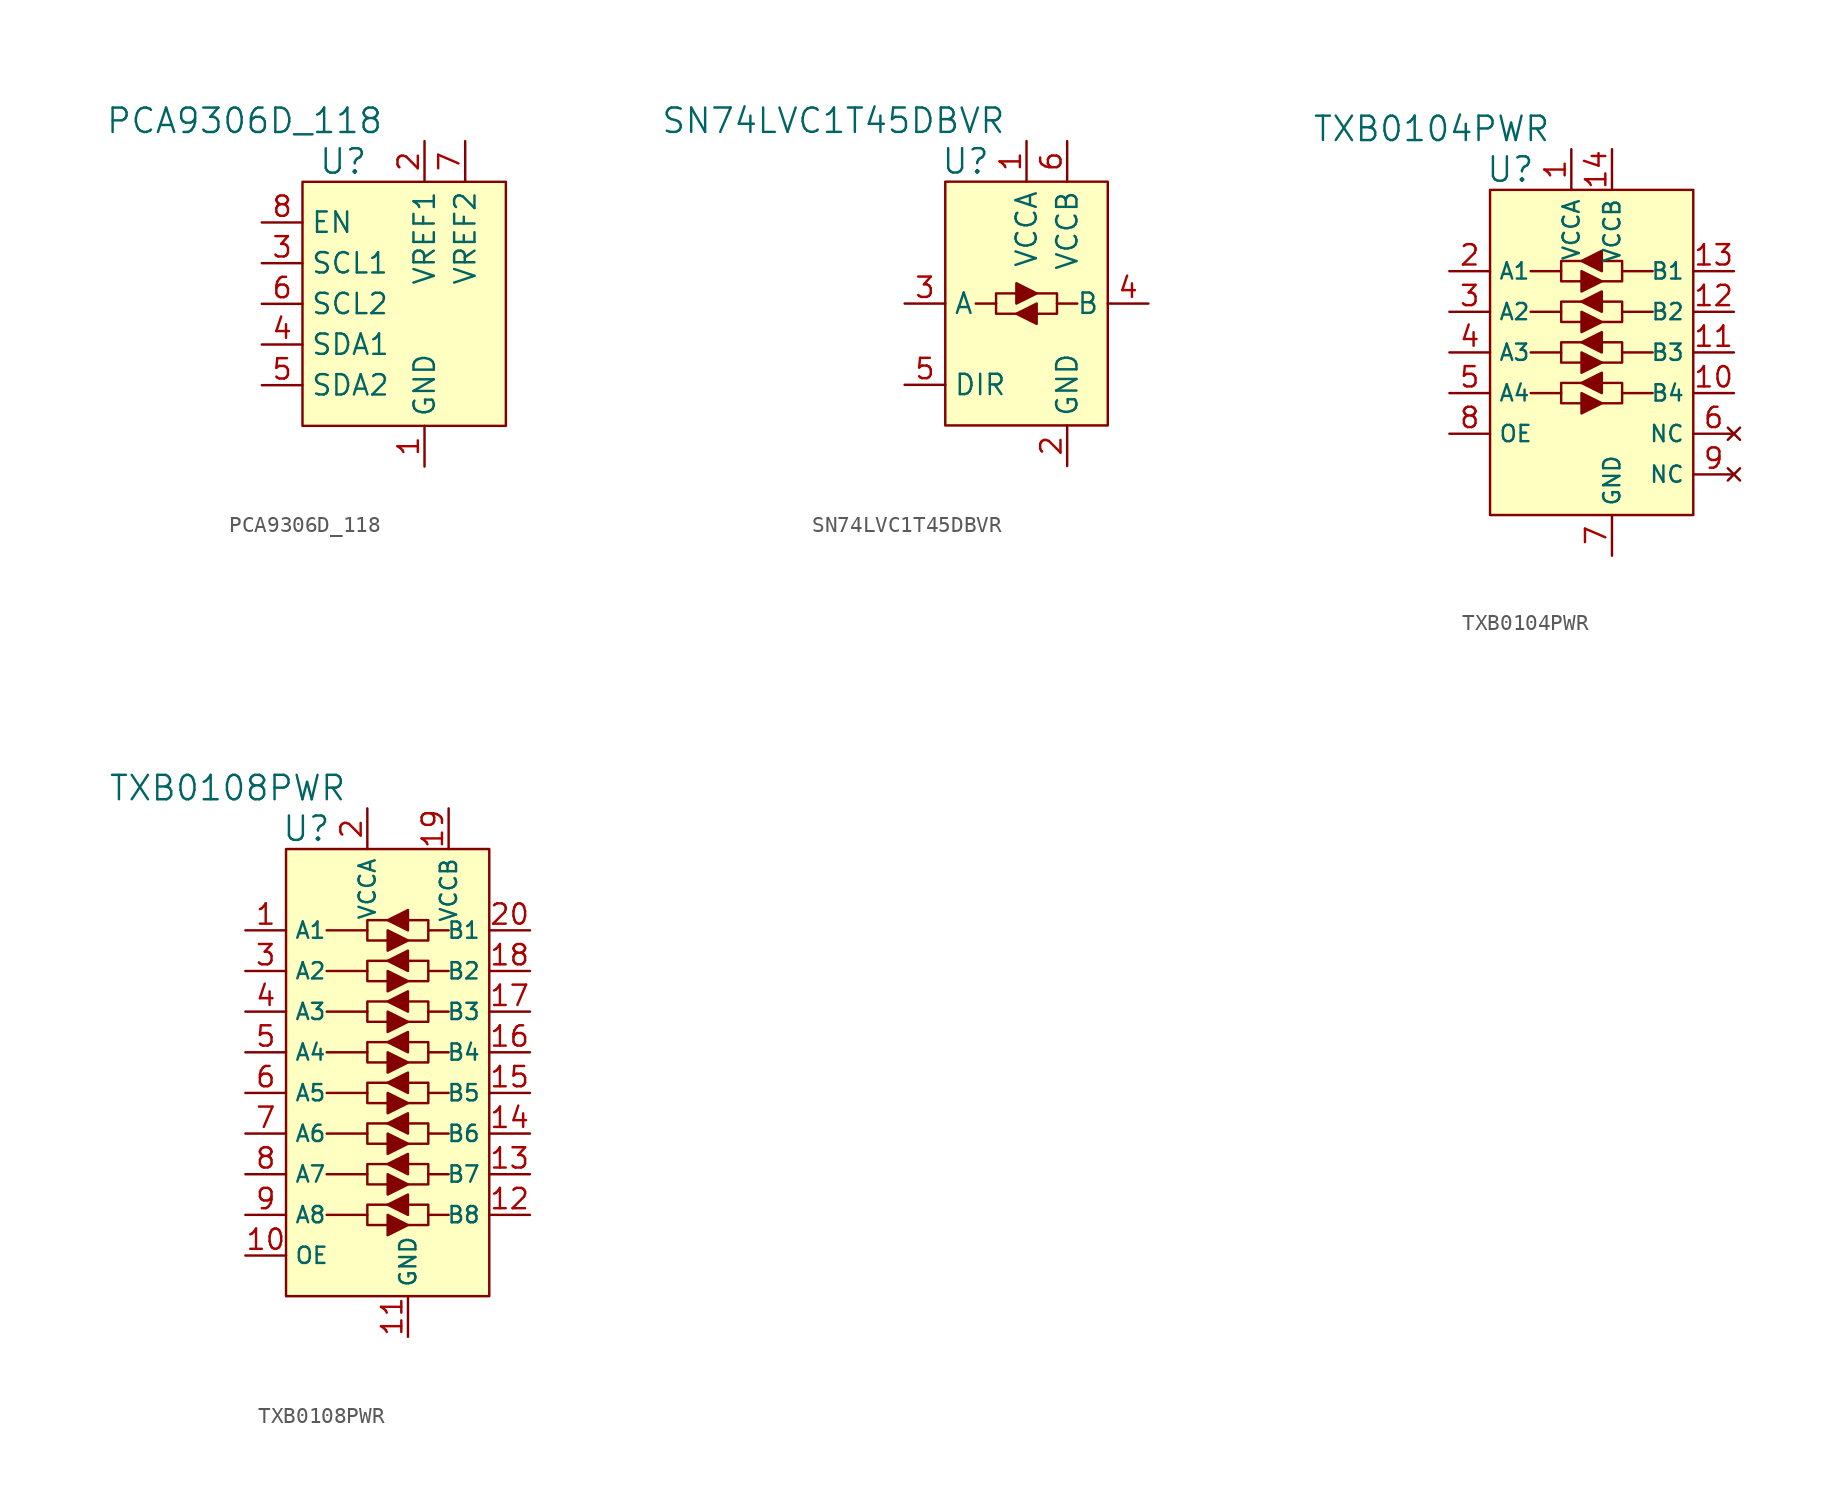
<source format=kicad_sym>
(kicad_symbol_lib
  (version 20201005)
  (generator kicad_symbol_editor)
  (symbol "PCA9306D_118"
    (property "Reference" "U"
      (at -5.08 11.43 0)
      (effects (font (size 1.524 1.524))))
    (property "Value" "PCA9306D_118"
      (at -2.54 13.97 0)
      (effects (font (size 1.524 1.524)) (justify right)))
    (symbol "PCA9306D_118_0_1"
      (rectangle (start -7.62 10.16) (end 5.08 -5.08) (stroke (width 0)) (fill (type background))))
    (symbol "PCA9306D_118_1_1"
      (pin power_in line (at 0 -7.62 90) (length 2.54) (name "GND" (effects (font (size 1.27 1.27)))) (number "1" (effects (font (size 1.27 1.27)))))
      (pin power_in line (at 0 12.7 270) (length 2.54) (name "VREF1" (effects (font (size 1.27 1.27)))) (number "2" (effects (font (size 1.27 1.27)))))
      (pin input line (at -10.16 5.08 0) (length 2.54) (name "SCL1" (effects (font (size 1.27 1.27)))) (number "3" (effects (font (size 1.27 1.27)))))
      (pin bidirectional line (at -10.16 0 0) (length 2.54) (name "SDA1" (effects (font (size 1.27 1.27)))) (number "4" (effects (font (size 1.27 1.27)))))
      (pin bidirectional line (at -10.16 -2.54 0) (length 2.54) (name "SDA2" (effects (font (size 1.27 1.27)))) (number "5" (effects (font (size 1.27 1.27)))))
      (pin input line (at -10.16 2.54 0) (length 2.54) (name "SCL2" (effects (font (size 1.27 1.27)))) (number "6" (effects (font (size 1.27 1.27)))))
      (pin power_in line (at 2.54 12.7 270) (length 2.54) (name "VREF2" (effects (font (size 1.27 1.27)))) (number "7" (effects (font (size 1.27 1.27)))))
      (pin input line (at -10.16 7.62 0) (length 2.54) (name "EN" (effects (font (size 1.27 1.27)))) (number "8" (effects (font (size 1.27 1.27)))))))
  (symbol "SN74LVC1T45DBVR"
    (property "Reference" "U"
      (at -3.81 8.89 0)
      (effects (font (size 1.524 1.524))))
    (property "Value" "SN74LVC1T45DBVR"
      (at -1.27 11.43 0)
      (effects (font (size 1.524 1.524)) (justify right)))
    (symbol "SN74LVC1T45DBVR_0_1"
      (rectangle (start -5.08 7.62) (end 5.08 -7.62) (stroke (width 0)) (fill (type background)))
      (polyline (pts (xy -3.175 0) (xy -1.905 0)) (stroke (width 0)) (fill (type none)))
      (polyline (pts (xy 3.175 0) (xy 1.905 0)) (stroke (width 0)) (fill (type none)))
      (polyline (pts (xy -1.905 0) (xy -1.905 -0.635) (xy -0.508 -0.635)) (stroke (width 0)) (fill (type none)))
      (polyline (pts (xy -1.905 0) (xy -1.905 0.635) (xy -0.635 0.635)) (stroke (width 0)) (fill (type none)))
      (polyline (pts (xy 1.905 0) (xy 1.905 -0.635) (xy 0.635 -0.635)) (stroke (width 0)) (fill (type none)))
      (polyline (pts (xy 1.905 0) (xy 1.905 0.635) (xy 0.635 0.635)) (stroke (width 0)) (fill (type none)))
      (polyline (pts (xy -0.635 1.27) (xy -0.635 0) (xy 0.635 0.635) (xy -0.635 1.27)) (stroke (width 0)) (fill (type outline)))
      (polyline (pts (xy 0.635 0) (xy 0.635 -1.27) (xy -0.635 -0.635) (xy 0.635 0)) (stroke (width 0)) (fill (type outline))))
    (symbol "SN74LVC1T45DBVR_1_1"
      (pin power_in line (at 0 10.16 270) (length 2.54) (name "VCCA" (effects (font (size 1.27 1.27)))) (number "1" (effects (font (size 1.27 1.27)))))
      (pin power_in line (at 2.54 -10.16 90) (length 2.54) (name "GND" (effects (font (size 1.27 1.27)))) (number "2" (effects (font (size 1.27 1.27)))))
      (pin bidirectional line (at -7.62 0 0) (length 2.54) (name "A" (effects (font (size 1.27 1.27)))) (number "3" (effects (font (size 1.27 1.27)))))
      (pin bidirectional line (at 7.62 0 180) (length 2.54) (name "B" (effects (font (size 1.27 1.27)))) (number "4" (effects (font (size 1.27 1.27)))))
      (pin input line (at -7.62 -5.08 0) (length 2.54) (name "DIR" (effects (font (size 1.27 1.27)))) (number "5" (effects (font (size 1.27 1.27)))))
      (pin power_in line (at 2.54 10.16 270) (length 2.54) (name "VCCB" (effects (font (size 1.27 1.27)))) (number "6" (effects (font (size 1.27 1.27)))))))
  (symbol "TXB0104PWR"
    (property "Reference" "U"
      (at -6.35 11.43 0)
      (effects (font (size 1.524 1.524))))
    (property "Value" "TXB0104PWR"
      (at -3.81 13.97 0)
      (effects (font (size 1.524 1.524)) (justify right)))
    (symbol "TXB0104PWR_0_1"
      (rectangle (start -7.62 10.16) (end 5.08 -10.16) (stroke (width 0)) (fill (type background)))
      (polyline (pts (xy -5.08 -2.54) (xy -3.175 -2.54)) (stroke (width 0)) (fill (type none)))
      (polyline (pts (xy -5.08 2.54) (xy -3.175 2.54)) (stroke (width 0)) (fill (type none)))
      (polyline (pts (xy -3.175 0) (xy -5.08 0)) (stroke (width 0)) (fill (type none)))
      (polyline (pts (xy -3.175 5.08) (xy -5.08 5.08)) (stroke (width 0)) (fill (type none)))
      (polyline (pts (xy 0.635 -2.54) (xy 2.54 -2.54)) (stroke (width 0)) (fill (type none)))
      (polyline (pts (xy 0.635 5.08) (xy 2.54 5.08)) (stroke (width 0)) (fill (type none)))
      (polyline (pts (xy 2.54 0) (xy 0.635 0)) (stroke (width 0)) (fill (type none)))
      (polyline (pts (xy 2.54 2.54) (xy 0.635 2.54)) (stroke (width 0)) (fill (type none)))
      (polyline (pts (xy -1.905 -2.54) (xy -1.905 -3.81) (xy -0.635 -3.175) (xy -1.905 -2.54)) (stroke (width 0)) (fill (type outline)))
      (polyline (pts (xy -1.905 -1.905) (xy -3.175 -1.905) (xy -3.175 -3.175) (xy -1.905 -3.175)) (stroke (width 0)) (fill (type none)))
      (polyline (pts (xy -1.905 -1.905) (xy -0.635 -1.27) (xy -0.635 -2.54) (xy -1.905 -1.905)) (stroke (width 0)) (fill (type outline)))
      (polyline (pts (xy -1.905 0) (xy -1.905 -1.27) (xy -0.635 -0.635) (xy -1.905 0)) (stroke (width 0)) (fill (type outline)))
      (polyline (pts (xy -1.905 0.635) (xy -3.175 0.635) (xy -3.175 -0.635) (xy -1.905 -0.635)) (stroke (width 0)) (fill (type none)))
      (polyline (pts (xy -1.905 0.635) (xy -0.635 1.27) (xy -0.635 0) (xy -1.905 0.635)) (stroke (width 0)) (fill (type outline)))
      (polyline (pts (xy -1.905 2.54) (xy -1.905 1.27) (xy -0.635 1.905) (xy -1.905 2.54)) (stroke (width 0)) (fill (type outline)))
      (polyline (pts (xy -1.905 3.175) (xy -3.175 3.175) (xy -3.175 1.905) (xy -1.905 1.905)) (stroke (width 0)) (fill (type none)))
      (polyline (pts (xy -1.905 3.175) (xy -0.635 3.81) (xy -0.635 2.54) (xy -1.905 3.175)) (stroke (width 0)) (fill (type outline)))
      (polyline (pts (xy -1.905 5.08) (xy -1.905 3.81) (xy -0.635 4.445) (xy -1.905 5.08)) (stroke (width 0)) (fill (type outline)))
      (polyline (pts (xy -1.905 5.715) (xy -3.175 5.715) (xy -3.175 4.445) (xy -1.905 4.445)) (stroke (width 0)) (fill (type none)))
      (polyline (pts (xy -1.905 5.715) (xy -0.635 6.35) (xy -0.635 5.08) (xy -1.905 5.715)) (stroke (width 0)) (fill (type outline)))
      (polyline (pts (xy -0.635 -1.905) (xy 0.635 -1.905) (xy 0.635 -3.175) (xy -0.635 -3.175)) (stroke (width 0)) (fill (type none)))
      (polyline (pts (xy -0.635 0.635) (xy 0.635 0.635) (xy 0.635 -0.635) (xy -0.635 -0.635)) (stroke (width 0)) (fill (type none)))
      (polyline (pts (xy -0.635 3.175) (xy 0.635 3.175) (xy 0.635 1.905) (xy -0.635 1.905)) (stroke (width 0)) (fill (type none)))
      (polyline (pts (xy -0.635 5.715) (xy 0.635 5.715) (xy 0.635 4.445) (xy -0.635 4.445)) (stroke (width 0)) (fill (type none))))
    (symbol "TXB0104PWR_1_1"
      (pin power_in line (at -2.54 12.7 270) (length 2.54) (name "VCCA" (effects (font (size 1.016 1.016)))) (number "1" (effects (font (size 1.27 1.27)))))
      (pin bidirectional line (at -10.16 5.08 0) (length 2.54) (name "A1" (effects (font (size 1.016 1.016)))) (number "2" (effects (font (size 1.27 1.27)))))
      (pin bidirectional line (at -10.16 2.54 0) (length 2.54) (name "A2" (effects (font (size 1.016 1.016)))) (number "3" (effects (font (size 1.27 1.27)))))
      (pin bidirectional line (at -10.16 0 0) (length 2.54) (name "A3" (effects (font (size 1.016 1.016)))) (number "4" (effects (font (size 1.27 1.27)))))
      (pin bidirectional line (at -10.16 -2.54 0) (length 2.54) (name "A4" (effects (font (size 1.016 1.016)))) (number "5" (effects (font (size 1.27 1.27)))))
      (pin no_connect line (at 7.62 -5.08 180) (length 2.54) (name "NC" (effects (font (size 1.016 1.016)))) (number "6" (effects (font (size 1.27 1.27)))))
      (pin power_in line (at 0 -12.7 90) (length 2.54) (name "GND" (effects (font (size 1.016 1.016)))) (number "7" (effects (font (size 1.27 1.27)))))
      (pin tri_state line (at -10.16 -5.08 0) (length 2.54) (name "OE" (effects (font (size 1.016 1.016)))) (number "8" (effects (font (size 1.27 1.27)))))
      (pin no_connect line (at 7.62 -7.62 180) (length 2.54) (name "NC" (effects (font (size 1.016 1.016)))) (number "9" (effects (font (size 1.27 1.27)))))
      (pin bidirectional line (at 7.62 -2.54 180) (length 2.54) (name "B4" (effects (font (size 1.016 1.016)))) (number "10" (effects (font (size 1.27 1.27)))))
      (pin bidirectional line (at 7.62 0 180) (length 2.54) (name "B3" (effects (font (size 1.016 1.016)))) (number "11" (effects (font (size 1.27 1.27)))))
      (pin bidirectional line (at 7.62 2.54 180) (length 2.54) (name "B2" (effects (font (size 1.016 1.016)))) (number "12" (effects (font (size 1.27 1.27)))))
      (pin bidirectional line (at 7.62 5.08 180) (length 2.54) (name "B1" (effects (font (size 1.016 1.016)))) (number "13" (effects (font (size 1.27 1.27)))))
      (pin power_in line (at 0 12.7 270) (length 2.54) (name "VCCB" (effects (font (size 1.016 1.016)))) (number "14" (effects (font (size 1.27 1.27)))))))
  (symbol "TXB0108PWR"
    (property "Reference" "U"
      (at -6.35 13.97 0)
      (effects (font (size 1.524 1.524))))
    (property "Value" "TXB0108PWR"
      (at -3.81 16.51 0)
      (effects (font (size 1.524 1.524)) (justify right)))
    (symbol "TXB0108PWR_0_1"
      (rectangle (start -7.62 12.7) (end 5.08 -15.24) (stroke (width 0)) (fill (type background)))
      (polyline (pts (xy -5.08 -10.16) (xy -2.54 -10.16)) (stroke (width 0)) (fill (type none)))
      (polyline (pts (xy -5.08 -5.08) (xy -2.54 -5.08)) (stroke (width 0)) (fill (type none)))
      (polyline (pts (xy -5.08 0) (xy -2.54 0)) (stroke (width 0)) (fill (type none)))
      (polyline (pts (xy -5.08 7.62) (xy -2.54 7.62)) (stroke (width 0)) (fill (type none)))
      (polyline (pts (xy -2.54 -7.62) (xy -5.08 -7.62)) (stroke (width 0)) (fill (type none)))
      (polyline (pts (xy -2.54 -2.54) (xy -5.08 -2.54)) (stroke (width 0)) (fill (type none)))
      (polyline (pts (xy -2.54 2.54) (xy -5.08 2.54)) (stroke (width 0)) (fill (type none)))
      (polyline (pts (xy -2.54 5.08) (xy -5.08 5.08)) (stroke (width 0)) (fill (type none)))
      (polyline (pts (xy 1.27 -10.16) (xy 2.54 -10.16)) (stroke (width 0)) (fill (type none)))
      (polyline (pts (xy 1.27 -5.08) (xy 2.54 -5.08)) (stroke (width 0)) (fill (type none)))
      (polyline (pts (xy 1.27 0) (xy 2.54 0)) (stroke (width 0)) (fill (type none)))
      (polyline (pts (xy 1.27 7.62) (xy 2.54 7.62)) (stroke (width 0)) (fill (type none)))
      (polyline (pts (xy 2.54 -7.62) (xy 1.27 -7.62)) (stroke (width 0)) (fill (type none)))
      (polyline (pts (xy 2.54 -2.54) (xy 1.27 -2.54)) (stroke (width 0)) (fill (type none)))
      (polyline (pts (xy 2.54 2.54) (xy 1.27 2.54)) (stroke (width 0)) (fill (type none)))
      (polyline (pts (xy 2.54 5.08) (xy 1.27 5.08)) (stroke (width 0)) (fill (type none)))
      (polyline (pts (xy -1.27 -10.16) (xy -1.27 -11.43) (xy 0 -10.795) (xy -1.27 -10.16)) (stroke (width 0)) (fill (type outline)))
      (polyline (pts (xy -1.27 -9.525) (xy -2.54 -9.525) (xy -2.54 -10.795) (xy -1.27 -10.795)) (stroke (width 0)) (fill (type none)))
      (polyline (pts (xy -1.27 -9.525) (xy 0 -10.16) (xy 0 -8.89) (xy -1.27 -9.525)) (stroke (width 0)) (fill (type outline)))
      (polyline (pts (xy -1.27 -7.62) (xy -1.27 -8.89) (xy 0 -8.255) (xy -1.27 -7.62)) (stroke (width 0)) (fill (type outline)))
      (polyline (pts (xy -1.27 -6.985) (xy -2.54 -6.985) (xy -2.54 -8.255) (xy -1.27 -8.255)) (stroke (width 0)) (fill (type none)))
      (polyline (pts (xy -1.27 -6.985) (xy 0 -7.62) (xy 0 -6.35) (xy -1.27 -6.985)) (stroke (width 0)) (fill (type outline)))
      (polyline (pts (xy -1.27 -5.08) (xy -1.27 -6.35) (xy 0 -5.715) (xy -1.27 -5.08)) (stroke (width 0)) (fill (type outline)))
      (polyline (pts (xy -1.27 -4.445) (xy -2.54 -4.445) (xy -2.54 -5.715) (xy -1.27 -5.715)) (stroke (width 0)) (fill (type none)))
      (polyline (pts (xy -1.27 -4.445) (xy 0 -5.08) (xy 0 -3.81) (xy -1.27 -4.445)) (stroke (width 0)) (fill (type outline)))
      (polyline (pts (xy -1.27 -2.54) (xy -1.27 -3.81) (xy 0 -3.175) (xy -1.27 -2.54)) (stroke (width 0)) (fill (type outline)))
      (polyline (pts (xy -1.27 -1.905) (xy -2.54 -1.905) (xy -2.54 -3.175) (xy -1.27 -3.175)) (stroke (width 0)) (fill (type none)))
      (polyline (pts (xy -1.27 -1.905) (xy 0 -2.54) (xy 0 -1.27) (xy -1.27 -1.905)) (stroke (width 0)) (fill (type outline)))
      (polyline (pts (xy -1.27 0) (xy -1.27 -1.27) (xy 0 -0.635) (xy -1.27 0)) (stroke (width 0)) (fill (type outline)))
      (polyline (pts (xy -1.27 0.635) (xy -2.54 0.635) (xy -2.54 -0.635) (xy -1.27 -0.635)) (stroke (width 0)) (fill (type none)))
      (polyline (pts (xy -1.27 0.635) (xy 0 0) (xy 0 1.27) (xy -1.27 0.635)) (stroke (width 0)) (fill (type outline)))
      (polyline (pts (xy -1.27 2.54) (xy -1.27 1.27) (xy 0 1.905) (xy -1.27 2.54)) (stroke (width 0)) (fill (type outline)))
      (polyline (pts (xy -1.27 3.175) (xy -2.54 3.175) (xy -2.54 1.905) (xy -1.27 1.905)) (stroke (width 0)) (fill (type none)))
      (polyline (pts (xy -1.27 3.175) (xy 0 2.54) (xy 0 3.81) (xy -1.27 3.175)) (stroke (width 0)) (fill (type outline)))
      (polyline (pts (xy -1.27 5.08) (xy -1.27 3.81) (xy 0 4.445) (xy -1.27 5.08)) (stroke (width 0)) (fill (type outline)))
      (polyline (pts (xy -1.27 5.715) (xy -2.54 5.715) (xy -2.54 4.445) (xy -1.27 4.445)) (stroke (width 0)) (fill (type none)))
      (polyline (pts (xy -1.27 5.715) (xy 0 5.08) (xy 0 6.35) (xy -1.27 5.715)) (stroke (width 0)) (fill (type outline)))
      (polyline (pts (xy -1.27 7.62) (xy -1.27 6.35) (xy 0 6.985) (xy -1.27 7.62)) (stroke (width 0)) (fill (type outline)))
      (polyline (pts (xy -1.27 8.255) (xy -2.54 8.255) (xy -2.54 6.985) (xy -1.27 6.985)) (stroke (width 0)) (fill (type none)))
      (polyline (pts (xy -1.27 8.255) (xy 0 7.62) (xy 0 8.89) (xy -1.27 8.255)) (stroke (width 0)) (fill (type outline)))
      (polyline (pts (xy 0 -9.525) (xy 1.27 -9.525) (xy 1.27 -10.795) (xy 0 -10.795)) (stroke (width 0)) (fill (type none)))
      (polyline (pts (xy 0 -6.985) (xy 1.27 -6.985) (xy 1.27 -8.255) (xy 0 -8.255)) (stroke (width 0)) (fill (type none)))
      (polyline (pts (xy 0 -4.445) (xy 1.27 -4.445) (xy 1.27 -5.715) (xy 0 -5.715)) (stroke (width 0)) (fill (type none)))
      (polyline (pts (xy 0 -1.905) (xy 1.27 -1.905) (xy 1.27 -3.175) (xy 0 -3.175)) (stroke (width 0)) (fill (type none)))
      (polyline (pts (xy 0 0.635) (xy 1.27 0.635) (xy 1.27 -0.635) (xy 0 -0.635)) (stroke (width 0)) (fill (type none)))
      (polyline (pts (xy 0 3.175) (xy 1.27 3.175) (xy 1.27 1.905) (xy 0 1.905)) (stroke (width 0)) (fill (type none)))
      (polyline (pts (xy 0 5.715) (xy 1.27 5.715) (xy 1.27 4.445) (xy 0 4.445)) (stroke (width 0)) (fill (type none)))
      (polyline (pts (xy 0 8.255) (xy 1.27 8.255) (xy 1.27 6.985) (xy 0 6.985)) (stroke (width 0)) (fill (type none))))
    (symbol "TXB0108PWR_1_1"
      (pin bidirectional line (at -10.16 7.62 0) (length 2.54) (name "A1" (effects (font (size 1.016 1.016)))) (number "1" (effects (font (size 1.27 1.27)))))
      (pin power_in line (at -2.54 15.24 270) (length 2.54) (name "VCCA" (effects (font (size 1.016 1.016)))) (number "2" (effects (font (size 1.27 1.27)))))
      (pin bidirectional line (at -10.16 5.08 0) (length 2.54) (name "A2" (effects (font (size 1.016 1.016)))) (number "3" (effects (font (size 1.27 1.27)))))
      (pin bidirectional line (at -10.16 2.54 0) (length 2.54) (name "A3" (effects (font (size 1.016 1.016)))) (number "4" (effects (font (size 1.27 1.27)))))
      (pin bidirectional line (at -10.16 0 0) (length 2.54) (name "A4" (effects (font (size 1.016 1.016)))) (number "5" (effects (font (size 1.27 1.27)))))
      (pin bidirectional line (at -10.16 -2.54 0) (length 2.54) (name "A5" (effects (font (size 1.016 1.016)))) (number "6" (effects (font (size 1.27 1.27)))))
      (pin bidirectional line (at -10.16 -5.08 0) (length 2.54) (name "A6" (effects (font (size 1.016 1.016)))) (number "7" (effects (font (size 1.27 1.27)))))
      (pin bidirectional line (at -10.16 -7.62 0) (length 2.54) (name "A7" (effects (font (size 1.016 1.016)))) (number "8" (effects (font (size 1.27 1.27)))))
      (pin bidirectional line (at -10.16 -10.16 0) (length 2.54) (name "A8" (effects (font (size 1.016 1.016)))) (number "9" (effects (font (size 1.27 1.27)))))
      (pin input line (at -10.16 -12.7 0) (length 2.54) (name "OE" (effects (font (size 1.016 1.016)))) (number "10" (effects (font (size 1.27 1.27)))))
      (pin bidirectional line (at 7.62 7.62 180) (length 2.54) (name "B1" (effects (font (size 1.016 1.016)))) (number "20" (effects (font (size 1.27 1.27)))))
      (pin power_in line (at 0 -17.78 90) (length 2.54) (name "GND" (effects (font (size 1.016 1.016)))) (number "11" (effects (font (size 1.27 1.27)))))
      (pin bidirectional line (at 7.62 -10.16 180) (length 2.54) (name "B8" (effects (font (size 1.016 1.016)))) (number "12" (effects (font (size 1.27 1.27)))))
      (pin bidirectional line (at 7.62 -7.62 180) (length 2.54) (name "B7" (effects (font (size 1.016 1.016)))) (number "13" (effects (font (size 1.27 1.27)))))
      (pin bidirectional line (at 7.62 -5.08 180) (length 2.54) (name "B6" (effects (font (size 1.016 1.016)))) (number "14" (effects (font (size 1.27 1.27)))))
      (pin bidirectional line (at 7.62 -2.54 180) (length 2.54) (name "B5" (effects (font (size 1.016 1.016)))) (number "15" (effects (font (size 1.27 1.27)))))
      (pin bidirectional line (at 7.62 0 180) (length 2.54) (name "B4" (effects (font (size 1.016 1.016)))) (number "16" (effects (font (size 1.27 1.27)))))
      (pin bidirectional line (at 7.62 2.54 180) (length 2.54) (name "B3" (effects (font (size 1.016 1.016)))) (number "17" (effects (font (size 1.27 1.27)))))
      (pin bidirectional line (at 7.62 5.08 180) (length 2.54) (name "B2" (effects (font (size 1.016 1.016)))) (number "18" (effects (font (size 1.27 1.27)))))
      (pin power_in line (at 2.54 15.24 270) (length 2.54) (name "VCCB" (effects (font (size 1.016 1.016)))) (number "19" (effects (font (size 1.27 1.27))))))))
</source>
